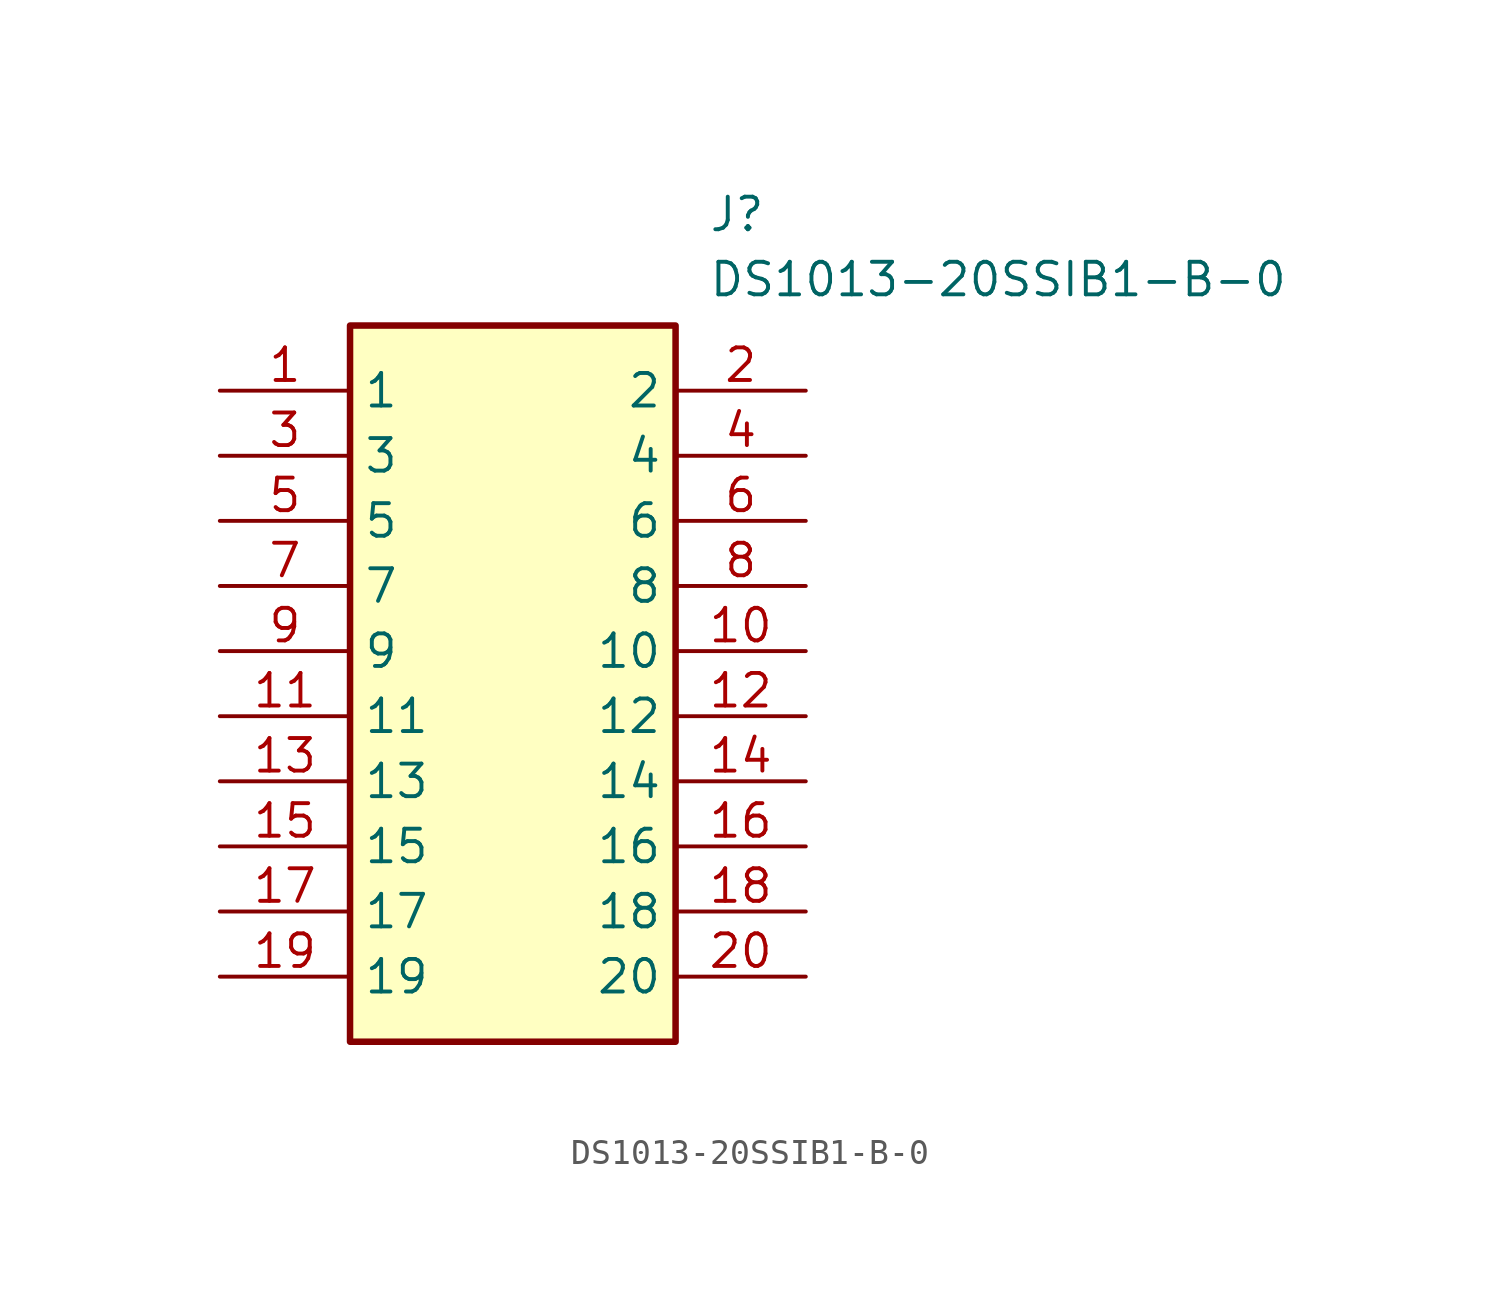
<source format=kicad_sym>
(kicad_symbol_lib
  (version 20211014)
  (generator SamacSys_ECAD_Model)
  (symbol "DS1013-20SSIB1-B-0"
    (property "Reference" "J"
      (at 19.05 7.62 0)
      (effects (font (size 1.27 1.27)) (justify left top)))
    (property "Value" "DS1013-20SSIB1-B-0"
      (at 19.05 5.08 0)
      (effects (font (size 1.27 1.27)) (justify left top)))
    (rectangle
      (start 5.08 2.54)
      (end 17.78 -25.4)
      (stroke (width 0.254) (type default))
      (fill (type background)))
    (pin passive line
      (at 0 0 0)
      (length 5.08)
      (name "1" (effects (font (size 1.27 1.27))))
      (number "1" (effects (font (size 1.27 1.27)))))
    (pin passive line
      (at 0 -2.54 0)
      (length 5.08)
      (name "3" (effects (font (size 1.27 1.27))))
      (number "3" (effects (font (size 1.27 1.27)))))
    (pin passive line
      (at 0 -5.08 0)
      (length 5.08)
      (name "5" (effects (font (size 1.27 1.27))))
      (number "5" (effects (font (size 1.27 1.27)))))
    (pin passive line
      (at 0 -7.62 0)
      (length 5.08)
      (name "7" (effects (font (size 1.27 1.27))))
      (number "7" (effects (font (size 1.27 1.27)))))
    (pin passive line
      (at 0 -10.16 0)
      (length 5.08)
      (name "9" (effects (font (size 1.27 1.27))))
      (number "9" (effects (font (size 1.27 1.27)))))
    (pin passive line
      (at 0 -12.7 0)
      (length 5.08)
      (name "11" (effects (font (size 1.27 1.27))))
      (number "11" (effects (font (size 1.27 1.27)))))
    (pin passive line
      (at 0 -15.24 0)
      (length 5.08)
      (name "13" (effects (font (size 1.27 1.27))))
      (number "13" (effects (font (size 1.27 1.27)))))
    (pin passive line
      (at 0 -17.78 0)
      (length 5.08)
      (name "15" (effects (font (size 1.27 1.27))))
      (number "15" (effects (font (size 1.27 1.27)))))
    (pin passive line
      (at 0 -20.32 0)
      (length 5.08)
      (name "17" (effects (font (size 1.27 1.27))))
      (number "17" (effects (font (size 1.27 1.27)))))
    (pin passive line
      (at 0 -22.86 0)
      (length 5.08)
      (name "19" (effects (font (size 1.27 1.27))))
      (number "19" (effects (font (size 1.27 1.27)))))
    (pin passive line
      (at 22.86 0 180)
      (length 5.08)
      (name "2" (effects (font (size 1.27 1.27))))
      (number "2" (effects (font (size 1.27 1.27)))))
    (pin passive line
      (at 22.86 -2.54 180)
      (length 5.08)
      (name "4" (effects (font (size 1.27 1.27))))
      (number "4" (effects (font (size 1.27 1.27)))))
    (pin passive line
      (at 22.86 -5.08 180)
      (length 5.08)
      (name "6" (effects (font (size 1.27 1.27))))
      (number "6" (effects (font (size 1.27 1.27)))))
    (pin passive line
      (at 22.86 -7.62 180)
      (length 5.08)
      (name "8" (effects (font (size 1.27 1.27))))
      (number "8" (effects (font (size 1.27 1.27)))))
    (pin passive line
      (at 22.86 -10.16 180)
      (length 5.08)
      (name "10" (effects (font (size 1.27 1.27))))
      (number "10" (effects (font (size 1.27 1.27)))))
    (pin passive line
      (at 22.86 -12.7 180)
      (length 5.08)
      (name "12" (effects (font (size 1.27 1.27))))
      (number "12" (effects (font (size 1.27 1.27)))))
    (pin passive line
      (at 22.86 -15.24 180)
      (length 5.08)
      (name "14" (effects (font (size 1.27 1.27))))
      (number "14" (effects (font (size 1.27 1.27)))))
    (pin passive line
      (at 22.86 -17.78 180)
      (length 5.08)
      (name "16" (effects (font (size 1.27 1.27))))
      (number "16" (effects (font (size 1.27 1.27)))))
    (pin passive line
      (at 22.86 -20.32 180)
      (length 5.08)
      (name "18" (effects (font (size 1.27 1.27))))
      (number "18" (effects (font (size 1.27 1.27)))))
    (pin passive line
      (at 22.86 -22.86 180)
      (length 5.08)
      (name "20" (effects (font (size 1.27 1.27))))
      (number "20" (effects (font (size 1.27 1.27)))))))
</source>
